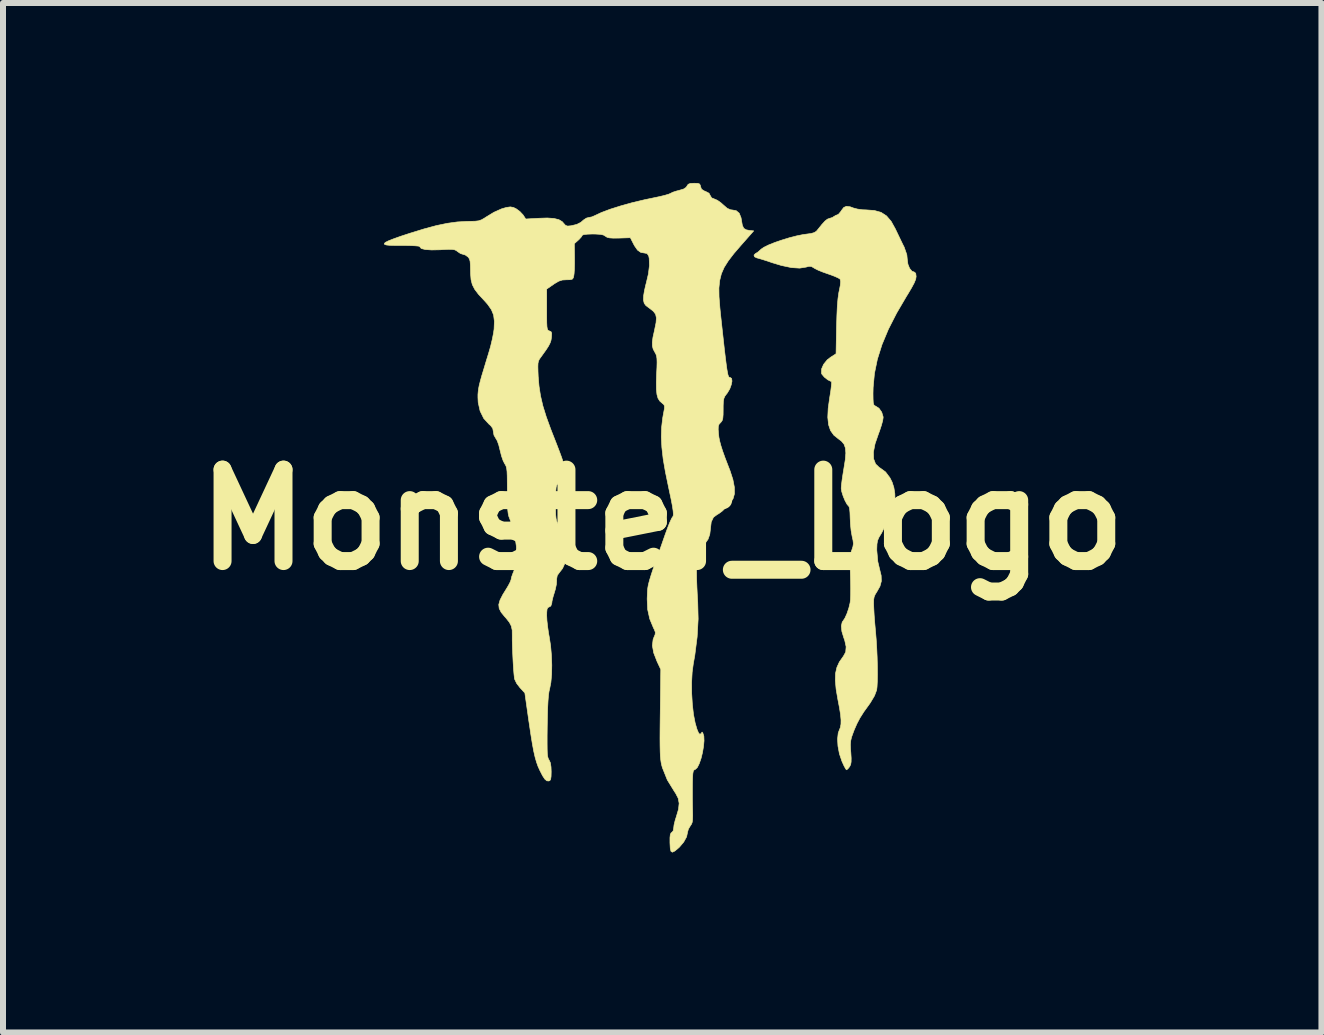
<source format=kicad_pcb>
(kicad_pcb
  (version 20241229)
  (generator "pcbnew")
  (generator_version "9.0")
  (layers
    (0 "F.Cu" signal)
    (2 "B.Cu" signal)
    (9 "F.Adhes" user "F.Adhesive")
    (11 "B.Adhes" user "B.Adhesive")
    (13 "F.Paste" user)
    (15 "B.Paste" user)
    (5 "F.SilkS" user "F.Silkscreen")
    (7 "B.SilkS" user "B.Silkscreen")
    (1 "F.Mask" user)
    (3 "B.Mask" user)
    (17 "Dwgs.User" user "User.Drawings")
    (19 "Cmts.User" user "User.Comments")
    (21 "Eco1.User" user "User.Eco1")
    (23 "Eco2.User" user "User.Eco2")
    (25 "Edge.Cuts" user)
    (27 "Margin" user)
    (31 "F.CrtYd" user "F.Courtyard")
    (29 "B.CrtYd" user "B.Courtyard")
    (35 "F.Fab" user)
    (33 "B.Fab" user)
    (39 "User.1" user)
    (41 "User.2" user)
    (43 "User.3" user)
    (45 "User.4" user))
  (footprint "Monster_Logo"
    (layer "F.Cu")
    (at 7.99 5.614)
    (property "Reference" "Monster_Logo" (at 0 0 0) (layer "F.SilkS") (effects (font (size 1.524 1.524) (thickness 0.3))))
    (attr through_hole)
    (fp_poly (pts (xy 3.132 -5.217) (xy 3.189 -5.196) (xy 3.253 -5.179) (xy 3.337 -5.167) (xy 3.397 -5.165) (xy 3.536 -5.155) (xy 3.648 -5.124) (xy 3.739 -5.065) (xy 3.816 -4.975) (xy 3.887 -4.847) (xy 3.895 -4.83) (xy 3.94 -4.736) (xy 3.985 -4.642) (xy 4.022 -4.566) (xy 4.033 -4.546) (xy 4.078 -4.417) (xy 4.085 -4.342) (xy 4.096 -4.26) (xy 4.124 -4.19) (xy 4.163 -4.143) (xy 4.203 -4.128) (xy 4.226 -4.108) (xy 4.233 -4.055) (xy 4.226 -4.01) (xy 4.201 -3.948) (xy 4.156 -3.864) (xy 4.089 -3.751) (xy 4.077 -3.733) (xy 3.907 -3.443) (xy 3.77 -3.174) (xy 3.664 -2.92) (xy 3.587 -2.676) (xy 3.538 -2.438) (xy 3.516 -2.202) (xy 3.514 -2.105) (xy 3.515 -2.012) (xy 3.518 -1.952) (xy 3.526 -1.918) (xy 3.541 -1.901) (xy 3.555 -1.895) (xy 3.614 -1.857) (xy 3.659 -1.793) (xy 3.682 -1.718) (xy 3.683 -1.701) (xy 3.675 -1.65) (xy 3.654 -1.573) (xy 3.624 -1.482) (xy 3.606 -1.434) (xy 3.548 -1.266) (xy 3.521 -1.127) (xy 3.524 -1.015) (xy 3.557 -0.929) (xy 3.62 -0.869) (xy 3.636 -0.86) (xy 3.724 -0.795) (xy 3.796 -0.699) (xy 3.833 -0.625) (xy 3.862 -0.535) (xy 3.878 -0.434) (xy 3.881 -0.33) (xy 3.872 -0.23) (xy 3.853 -0.144) (xy 3.824 -0.08) (xy 3.787 -0.046) (xy 3.769 -0.042) (xy 3.74 -0.035) (xy 3.727 -0.005) (xy 3.725 0.037) (xy 3.707 0.123) (xy 3.655 0.226) (xy 3.651 0.232) (xy 3.612 0.296) (xy 3.59 0.348) (xy 3.58 0.406) (xy 3.577 0.486) (xy 3.577 0.51) (xy 3.594 0.699) (xy 3.622 0.817) (xy 3.65 0.931) (xy 3.653 1.025) (xy 3.63 1.11) (xy 3.581 1.197) (xy 3.551 1.245) (xy 3.533 1.287) (xy 3.525 1.334) (xy 3.524 1.4) (xy 3.527 1.476) (xy 3.533 1.589) (xy 3.543 1.718) (xy 3.554 1.841) (xy 3.556 1.863) (xy 3.567 1.994) (xy 3.576 2.14) (xy 3.583 2.291) (xy 3.587 2.44) (xy 3.588 2.578) (xy 3.586 2.697) (xy 3.581 2.789) (xy 3.575 2.839) (xy 3.539 2.935) (xy 3.472 3.048) (xy 3.447 3.084) (xy 3.361 3.203) (xy 3.297 3.304) (xy 3.247 3.399) (xy 3.202 3.501) (xy 3.185 3.546) (xy 3.157 3.623) (xy 3.142 3.686) (xy 3.137 3.75) (xy 3.14 3.831) (xy 3.144 3.879) (xy 3.15 3.975) (xy 3.149 4.039) (xy 3.141 4.083) (xy 3.124 4.117) (xy 3.094 4.155) (xy 3.072 4.17) (xy 3.057 4.152) (xy 3.031 4.104) (xy 3 4.036) (xy 2.996 4.027) (xy 2.954 3.903) (xy 2.93 3.775) (xy 2.923 3.657) (xy 2.934 3.557) (xy 2.95 3.513) (xy 2.97 3.463) (xy 2.98 3.408) (xy 2.981 3.339) (xy 2.973 3.249) (xy 2.954 3.131) (xy 2.929 3.001) (xy 2.899 2.825) (xy 2.886 2.681) (xy 2.889 2.563) (xy 2.912 2.462) (xy 2.953 2.372) (xy 3.014 2.285) (xy 3.019 2.279) (xy 3.059 2.206) (xy 3.066 2.118) (xy 3.042 2.009) (xy 3.027 1.968) (xy 2.995 1.863) (xy 2.986 1.773) (xy 3.001 1.706) (xy 3.016 1.686) (xy 3.046 1.64) (xy 3.08 1.565) (xy 3.111 1.473) (xy 3.132 1.386) (xy 3.138 1.337) (xy 3.141 1.254) (xy 3.142 1.147) (xy 3.14 1.027) (xy 3.138 0.948) (xy 3.134 0.811) (xy 3.133 0.709) (xy 3.135 0.633) (xy 3.141 0.577) (xy 3.151 0.532) (xy 3.162 0.502) (xy 3.18 0.446) (xy 3.187 0.4) (xy 3.181 0.345) (xy 3.165 0.273) (xy 3.149 0.182) (xy 3.138 0.072) (xy 3.133 -0.033) (xy 3.133 -0.036) (xy 3.13 -0.118) (xy 3.124 -0.182) (xy 3.114 -0.219) (xy 3.111 -0.222) (xy 3.081 -0.257) (xy 3.047 -0.319) (xy 3.016 -0.394) (xy 2.993 -0.467) (xy 2.984 -0.523) (xy 2.988 -0.576) (xy 2.998 -0.658) (xy 3.013 -0.759) (xy 3.029 -0.857) (xy 3.052 -1.001) (xy 3.061 -1.111) (xy 3.054 -1.194) (xy 3.032 -1.257) (xy 2.991 -1.307) (xy 2.941 -1.345) (xy 2.862 -1.408) (xy 2.806 -1.486) (xy 2.773 -1.584) (xy 2.76 -1.707) (xy 2.767 -1.858) (xy 2.793 -2.042) (xy 2.809 -2.14) (xy 2.819 -2.222) (xy 2.824 -2.278) (xy 2.821 -2.302) (xy 2.821 -2.302) (xy 2.76 -2.332) (xy 2.703 -2.377) (xy 2.663 -2.424) (xy 2.655 -2.442) (xy 2.657 -2.514) (xy 2.691 -2.591) (xy 2.751 -2.665) (xy 2.808 -2.709) (xy 2.898 -2.767) (xy 2.906 -3.209) (xy 2.912 -3.403) (xy 2.919 -3.56) (xy 2.93 -3.686) (xy 2.944 -3.785) (xy 2.951 -3.817) (xy 2.969 -3.909) (xy 2.974 -3.969) (xy 2.968 -4.003) (xy 2.963 -4.012) (xy 2.933 -4.031) (xy 2.873 -4.058) (xy 2.795 -4.087) (xy 2.766 -4.097) (xy 2.678 -4.128) (xy 2.599 -4.16) (xy 2.543 -4.188) (xy 2.534 -4.194) (xy 2.488 -4.221) (xy 2.445 -4.224) (xy 2.398 -4.211) (xy 2.291 -4.194) (xy 2.154 -4.203) (xy 1.988 -4.238) (xy 1.841 -4.282) (xy 1.747 -4.314) (xy 1.665 -4.34) (xy 1.604 -4.358) (xy 1.579 -4.364) (xy 1.539 -4.383) (xy 1.53 -4.411) (xy 1.554 -4.437) (xy 1.558 -4.438) (xy 1.597 -4.463) (xy 1.643 -4.504) (xy 1.649 -4.51) (xy 1.696 -4.542) (xy 1.775 -4.581) (xy 1.878 -4.622) (xy 1.995 -4.662) (xy 2.118 -4.7) (xy 2.238 -4.731) (xy 2.346 -4.753) (xy 2.397 -4.76) (xy 2.48 -4.771) (xy 2.533 -4.786) (xy 2.569 -4.808) (xy 2.591 -4.834) (xy 2.661 -4.921) (xy 2.713 -4.978) (xy 2.753 -5.01) (xy 2.788 -5.023) (xy 2.789 -5.023) (xy 2.839 -5.039) (xy 2.862 -5.055) (xy 2.9 -5.077) (xy 2.915 -5.08) (xy 2.943 -5.097) (xy 2.978 -5.139) (xy 2.987 -5.154) (xy 3.026 -5.205) (xy 3.071 -5.225) (xy 3.132 -5.217)) (stroke (width 0.01) (type solid)) (fill yes) (layer "F.SilkS"))
    (fp_poly (pts (xy 0.594 -5.607) (xy 0.624 -5.596) (xy 0.636 -5.571) (xy 0.639 -5.554) (xy 0.655 -5.51) (xy 0.7 -5.481) (xy 0.72 -5.474) (xy 0.78 -5.443) (xy 0.8 -5.405) (xy 0.824 -5.365) (xy 0.869 -5.347) (xy 0.92 -5.325) (xy 0.98 -5.282) (xy 1.016 -5.25) (xy 1.084 -5.191) (xy 1.142 -5.166) (xy 1.159 -5.165) (xy 1.233 -5.152) (xy 1.284 -5.109) (xy 1.314 -5.034) (xy 1.322 -4.987) (xy 1.336 -4.906) (xy 1.36 -4.857) (xy 1.4 -4.833) (xy 1.456 -4.822) (xy 1.525 -4.815) (xy 1.311 -4.572) (xy 1.193 -4.435) (xy 1.102 -4.316) (xy 1.033 -4.207) (xy 0.986 -4.1) (xy 0.958 -3.988) (xy 0.945 -3.862) (xy 0.947 -3.715) (xy 0.961 -3.538) (xy 0.972 -3.426) (xy 0.998 -3.189) (xy 1.02 -2.989) (xy 1.038 -2.826) (xy 1.054 -2.693) (xy 1.067 -2.59) (xy 1.078 -2.511) (xy 1.088 -2.454) (xy 1.096 -2.415) (xy 1.105 -2.39) (xy 1.113 -2.377) (xy 1.123 -2.372) (xy 1.133 -2.371) (xy 1.157 -2.354) (xy 1.163 -2.31) (xy 1.151 -2.25) (xy 1.126 -2.181) (xy 1.087 -2.115) (xy 1.07 -2.093) (xy 1.044 -2.058) (xy 1.028 -2.021) (xy 1.019 -1.971) (xy 1.016 -1.897) (xy 1.016 -1.843) (xy 1.015 -1.751) (xy 1.01 -1.691) (xy 0.999 -1.652) (xy 0.98 -1.626) (xy 0.971 -1.617) (xy 0.947 -1.59) (xy 0.935 -1.557) (xy 0.933 -1.504) (xy 0.938 -1.438) (xy 0.945 -1.375) (xy 0.958 -1.31) (xy 0.978 -1.235) (xy 1.007 -1.144) (xy 1.048 -1.03) (xy 1.103 -0.887) (xy 1.131 -0.815) (xy 1.178 -0.67) (xy 1.203 -0.54) (xy 1.204 -0.431) (xy 1.181 -0.35) (xy 1.179 -0.347) (xy 1.133 -0.281) (xy 1.069 -0.21) (xy 1.002 -0.145) (xy 0.94 -0.099) (xy 0.917 -0.087) (xy 0.854 -0.04) (xy 0.817 0.038) (xy 0.804 0.15) (xy 0.804 0.152) (xy 0.793 0.243) (xy 0.764 0.326) (xy 0.722 0.385) (xy 0.7 0.401) (xy 0.663 0.444) (xy 0.656 0.485) (xy 0.643 0.545) (xy 0.614 0.598) (xy 0.594 0.629) (xy 0.582 0.668) (xy 0.575 0.724) (xy 0.572 0.808) (xy 0.572 0.871) (xy 0.573 0.982) (xy 0.578 1.117) (xy 0.585 1.258) (xy 0.592 1.376) (xy 0.599 1.655) (xy 0.582 1.955) (xy 0.543 2.262) (xy 0.518 2.402) (xy 0.499 2.543) (xy 0.49 2.711) (xy 0.491 2.893) (xy 0.502 3.075) (xy 0.521 3.245) (xy 0.549 3.388) (xy 0.55 3.392) (xy 0.579 3.492) (xy 0.605 3.554) (xy 0.626 3.577) (xy 0.627 3.577) (xy 0.654 3.562) (xy 0.656 3.551) (xy 0.664 3.54) (xy 0.677 3.556) (xy 0.694 3.609) (xy 0.697 3.687) (xy 0.688 3.782) (xy 0.671 3.883) (xy 0.647 3.981) (xy 0.617 4.067) (xy 0.585 4.131) (xy 0.551 4.163) (xy 0.548 4.164) (xy 0.529 4.174) (xy 0.517 4.195) (xy 0.51 4.236) (xy 0.506 4.305) (xy 0.504 4.389) (xy 0.503 4.512) (xy 0.503 4.653) (xy 0.505 4.787) (xy 0.506 4.826) (xy 0.508 4.928) (xy 0.506 4.997) (xy 0.5 5.044) (xy 0.487 5.077) (xy 0.468 5.105) (xy 0.437 5.157) (xy 0.423 5.206) (xy 0.423 5.207) (xy 0.406 5.287) (xy 0.358 5.374) (xy 0.286 5.459) (xy 0.273 5.471) (xy 0.211 5.523) (xy 0.17 5.543) (xy 0.146 5.529) (xy 0.134 5.478) (xy 0.129 5.388) (xy 0.129 5.386) (xy 0.129 5.3) (xy 0.135 5.248) (xy 0.148 5.221) (xy 0.158 5.215) (xy 0.183 5.186) (xy 0.191 5.141) (xy 0.197 5.089) (xy 0.215 5.015) (xy 0.236 4.948) (xy 0.272 4.826) (xy 0.282 4.728) (xy 0.266 4.643) (xy 0.223 4.56) (xy 0.207 4.537) (xy 0.085 4.339) (xy 0.002 4.132) (xy -0.009 4.091) (xy -0.018 4.049) (xy -0.025 4.001) (xy -0.031 3.942) (xy -0.034 3.865) (xy -0.036 3.768) (xy -0.037 3.644) (xy -0.036 3.489) (xy -0.034 3.298) (xy -0.033 3.229) (xy -0.024 2.496) (xy -0.086 2.364) (xy -0.142 2.22) (xy -0.164 2.099) (xy -0.152 1.997) (xy -0.139 1.963) (xy -0.118 1.913) (xy -0.115 1.876) (xy -0.132 1.83) (xy -0.145 1.806) (xy -0.208 1.654) (xy -0.243 1.496) (xy -0.251 1.321) (xy -0.249 1.271) (xy -0.247 1.222) (xy -0.245 1.179) (xy -0.241 1.14) (xy -0.234 1.099) (xy -0.223 1.052) (xy -0.207 0.994) (xy -0.185 0.922) (xy -0.155 0.83) (xy -0.115 0.715) (xy -0.065 0.573) (xy -0.003 0.397) (xy 0.05 0.245) (xy 0.087 0.144) (xy 0.121 0.057) (xy 0.15 -0.007) (xy 0.168 -0.041) (xy 0.171 -0.044) (xy 0.182 -0.059) (xy 0.186 -0.092) (xy 0.182 -0.146) (xy 0.17 -0.227) (xy 0.149 -0.337) (xy 0.118 -0.483) (xy 0.106 -0.54) (xy 0.054 -0.792) (xy 0.016 -1.011) (xy -0.006 -1.205) (xy -0.015 -1.379) (xy -0.01 -1.54) (xy 0.008 -1.696) (xy 0.024 -1.784) (xy 0.037 -1.854) (xy 0.038 -1.894) (xy 0.027 -1.919) (xy 0.001 -1.941) (xy 0.001 -1.941) (xy -0.04 -1.977) (xy -0.07 -2.024) (xy -0.088 -2.088) (xy -0.097 -2.175) (xy -0.098 -2.292) (xy -0.094 -2.421) (xy -0.088 -2.54) (xy -0.086 -2.625) (xy -0.088 -2.685) (xy -0.094 -2.727) (xy -0.105 -2.76) (xy -0.122 -2.791) (xy -0.124 -2.794) (xy -0.151 -2.845) (xy -0.164 -2.897) (xy -0.165 -2.96) (xy -0.154 -3.043) (xy -0.129 -3.155) (xy -0.126 -3.171) (xy -0.103 -3.283) (xy -0.097 -3.364) (xy -0.11 -3.424) (xy -0.146 -3.473) (xy -0.206 -3.521) (xy -0.216 -3.528) (xy -0.272 -3.57) (xy -0.3 -3.608) (xy -0.312 -3.658) (xy -0.313 -3.674) (xy -0.31 -3.735) (xy -0.296 -3.82) (xy -0.274 -3.916) (xy -0.266 -3.946) (xy -0.23 -4.099) (xy -0.213 -4.239) (xy -0.217 -4.356) (xy -0.225 -4.397) (xy -0.252 -4.437) (xy -0.29 -4.445) (xy -0.357 -4.456) (xy -0.412 -4.495) (xy -0.462 -4.567) (xy -0.477 -4.595) (xy -0.531 -4.701) (xy -0.719 -4.695) (xy -0.815 -4.694) (xy -0.878 -4.698) (xy -0.919 -4.708) (xy -0.947 -4.726) (xy -0.947 -4.726) (xy -0.98 -4.746) (xy -1.03 -4.757) (xy -1.108 -4.762) (xy -1.161 -4.763) (xy -1.247 -4.76) (xy -1.307 -4.753) (xy -1.333 -4.743) (xy -1.333 -4.741) (xy -1.348 -4.715) (xy -1.384 -4.675) (xy -1.399 -4.661) (xy -1.465 -4.602) (xy -1.462 -4.375) (xy -1.462 -4.272) (xy -1.464 -4.178) (xy -1.469 -4.105) (xy -1.473 -4.074) (xy -1.483 -4.031) (xy -1.501 -4.009) (xy -1.538 -4.001) (xy -1.594 -4) (xy -1.664 -3.996) (xy -1.724 -3.977) (xy -1.791 -3.938) (xy -1.813 -3.923) (xy -1.926 -3.845) (xy -1.926 -3.502) (xy -1.926 -3.374) (xy -1.925 -3.283) (xy -1.922 -3.221) (xy -1.916 -3.183) (xy -1.907 -3.161) (xy -1.894 -3.151) (xy -1.881 -3.147) (xy -1.854 -3.135) (xy -1.843 -3.109) (xy -1.845 -3.057) (xy -1.847 -3.038) (xy -1.854 -2.991) (xy -1.869 -2.947) (xy -1.894 -2.897) (xy -1.935 -2.833) (xy -1.996 -2.748) (xy -2.024 -2.709) (xy -2.048 -2.676) (xy -2.063 -2.644) (xy -2.071 -2.606) (xy -2.073 -2.55) (xy -2.071 -2.469) (xy -2.068 -2.392) (xy -2.054 -2.227) (xy -2.029 -2.065) (xy -1.99 -1.898) (xy -1.934 -1.717) (xy -1.859 -1.511) (xy -1.831 -1.439) (xy -1.765 -1.271) (xy -1.714 -1.138) (xy -1.676 -1.035) (xy -1.651 -0.958) (xy -1.636 -0.903) (xy -1.63 -0.864) (xy -1.63 -0.857) (xy -1.64 -0.802) (xy -1.666 -0.731) (xy -1.699 -0.66) (xy -1.733 -0.606) (xy -1.746 -0.593) (xy -1.759 -0.574) (xy -1.769 -0.537) (xy -1.774 -0.478) (xy -1.777 -0.388) (xy -1.778 -0.28) (xy -1.778 -0.164) (xy -1.776 -0.082) (xy -1.77 -0.023) (xy -1.761 0.02) (xy -1.745 0.057) (xy -1.721 0.098) (xy -1.716 0.106) (xy -1.641 0.258) (xy -1.597 0.411) (xy -1.587 0.558) (xy -1.608 0.695) (xy -1.662 0.814) (xy -1.709 0.874) (xy -1.75 0.93) (xy -1.761 0.993) (xy -1.76 1.011) (xy -1.764 1.075) (xy -1.781 1.157) (xy -1.798 1.215) (xy -1.821 1.29) (xy -1.837 1.357) (xy -1.841 1.392) (xy -1.857 1.439) (xy -1.884 1.454) (xy -1.907 1.466) (xy -1.92 1.492) (xy -1.925 1.543) (xy -1.926 1.6) (xy -1.922 1.681) (xy -1.91 1.786) (xy -1.894 1.898) (xy -1.884 1.952) (xy -1.861 2.1) (xy -1.847 2.261) (xy -1.841 2.425) (xy -1.844 2.579) (xy -1.856 2.713) (xy -1.876 2.815) (xy -1.888 2.867) (xy -1.897 2.935) (xy -1.904 3.024) (xy -1.91 3.14) (xy -1.914 3.288) (xy -1.917 3.444) (xy -1.919 3.606) (xy -1.919 3.732) (xy -1.918 3.826) (xy -1.916 3.894) (xy -1.911 3.941) (xy -1.903 3.973) (xy -1.894 3.995) (xy -1.887 4.005) (xy -1.865 4.052) (xy -1.854 4.122) (xy -1.851 4.201) (xy -1.853 4.28) (xy -1.86 4.327) (xy -1.873 4.349) (xy -1.891 4.356) (xy -1.924 4.353) (xy -1.957 4.325) (xy -1.995 4.268) (xy -2.04 4.18) (xy -2.07 4.114) (xy -2.096 4.041) (xy -2.12 3.957) (xy -2.143 3.856) (xy -2.166 3.731) (xy -2.191 3.576) (xy -2.219 3.386) (xy -2.224 3.354) (xy -2.29 2.889) (xy -2.371 2.801) (xy -2.426 2.73) (xy -2.459 2.662) (xy -2.464 2.642) (xy -2.471 2.577) (xy -2.479 2.481) (xy -2.486 2.366) (xy -2.492 2.242) (xy -2.497 2.121) (xy -2.5 2.014) (xy -2.5 1.932) (xy -2.5 1.931) (xy -2.501 1.842) (xy -2.516 1.773) (xy -2.548 1.711) (xy -2.605 1.639) (xy -2.627 1.615) (xy -2.685 1.544) (xy -2.718 1.48) (xy -2.725 1.415) (xy -2.704 1.34) (xy -2.657 1.248) (xy -2.606 1.166) (xy -2.564 1.096) (xy -2.533 1.036) (xy -2.519 0.997) (xy -2.519 0.994) (xy -2.511 0.955) (xy -2.489 0.894) (xy -2.473 0.855) (xy -2.44 0.741) (xy -2.427 0.6) (xy -2.432 0.442) (xy -2.455 0.276) (xy -2.496 0.112) (xy -2.543 -0.018) (xy -2.558 -0.057) (xy -2.568 -0.103) (xy -2.575 -0.162) (xy -2.58 -0.241) (xy -2.582 -0.349) (xy -2.582 -0.491) (xy -2.583 -0.628) (xy -2.584 -0.73) (xy -2.587 -0.803) (xy -2.593 -0.853) (xy -2.602 -0.889) (xy -2.615 -0.916) (xy -2.626 -0.933) (xy -2.652 -0.984) (xy -2.679 -1.061) (xy -2.701 -1.148) (xy -2.703 -1.156) (xy -2.725 -1.245) (xy -2.751 -1.317) (xy -2.775 -1.357) (xy -2.805 -1.409) (xy -2.815 -1.466) (xy -2.825 -1.522) (xy -2.861 -1.57) (xy -2.887 -1.592) (xy -2.975 -1.688) (xy -3.036 -1.812) (xy -3.068 -1.955) (xy -3.072 -2.036) (xy -3.072 -2.087) (xy -3.068 -2.133) (xy -3.062 -2.182) (xy -3.051 -2.239) (xy -3.033 -2.31) (xy -3.008 -2.401) (xy -2.973 -2.516) (xy -2.929 -2.662) (xy -2.894 -2.776) (xy -2.861 -2.89) (xy -2.833 -3.008) (xy -2.812 -3.114) (xy -2.803 -3.178) (xy -2.798 -3.308) (xy -2.811 -3.412) (xy -2.848 -3.502) (xy -2.912 -3.593) (xy -2.973 -3.661) (xy -3.064 -3.759) (xy -3.126 -3.841) (xy -3.166 -3.919) (xy -3.187 -4.001) (xy -3.195 -4.1) (xy -3.196 -4.154) (xy -3.198 -4.247) (xy -3.203 -4.309) (xy -3.215 -4.349) (xy -3.234 -4.377) (xy -3.239 -4.381) (xy -3.283 -4.413) (xy -3.32 -4.424) (xy -3.363 -4.437) (xy -3.41 -4.469) (xy -3.435 -4.488) (xy -3.463 -4.5) (xy -3.503 -4.506) (xy -3.564 -4.507) (xy -3.656 -4.503) (xy -3.698 -4.5) (xy -3.844 -4.497) (xy -3.95 -4.504) (xy -4.017 -4.521) (xy -4.042 -4.55) (xy -4.043 -4.554) (xy -4.063 -4.561) (xy -4.117 -4.566) (xy -4.199 -4.57) (xy -4.301 -4.572) (xy -4.341 -4.572) (xy -4.459 -4.572) (xy -4.541 -4.574) (xy -4.593 -4.579) (xy -4.622 -4.586) (xy -4.632 -4.596) (xy -4.632 -4.606) (xy -4.614 -4.624) (xy -4.564 -4.649) (xy -4.48 -4.682) (xy -4.36 -4.725) (xy -4.204 -4.776) (xy -3.97 -4.848) (xy -3.766 -4.903) (xy -3.584 -4.941) (xy -3.417 -4.964) (xy -3.258 -4.973) (xy -3.21 -4.974) (xy -3.121 -4.976) (xy -3.06 -4.983) (xy -3.012 -5) (xy -2.96 -5.03) (xy -2.949 -5.038) (xy -2.806 -5.125) (xy -2.679 -5.182) (xy -2.601 -5.205) (xy -2.533 -5.215) (xy -2.481 -5.206) (xy -2.434 -5.183) (xy -2.373 -5.138) (xy -2.322 -5.084) (xy -2.317 -5.077) (xy -2.275 -5.013) (xy -2.064 -5.025) (xy -1.917 -5.03) (xy -1.805 -5.022) (xy -1.723 -5.002) (xy -1.666 -4.968) (xy -1.644 -4.942) (xy -1.612 -4.907) (xy -1.578 -4.895) (xy -1.522 -4.9) (xy -1.516 -4.901) (xy -1.424 -4.923) (xy -1.357 -4.957) (xy -1.311 -4.997) (xy -1.264 -5.028) (xy -1.226 -5.038) (xy -1.174 -5.048) (xy -1.125 -5.069) (xy -1.014 -5.121) (xy -0.868 -5.176) (xy -0.694 -5.231) (xy -0.501 -5.285) (xy -0.295 -5.334) (xy -0.142 -5.366) (xy -0.042 -5.387) (xy 0.044 -5.408) (xy 0.108 -5.427) (xy 0.138 -5.44) (xy 0.175 -5.459) (xy 0.237 -5.479) (xy 0.28 -5.49) (xy 0.357 -5.513) (xy 0.4 -5.542) (xy 0.412 -5.562) (xy 0.433 -5.592) (xy 0.469 -5.606) (xy 0.533 -5.609) (xy 0.594 -5.607)) (stroke (width 0.01) (type solid)) (fill yes) (layer "F.SilkS")))
  (gr_rect
    (start -3 -3)
    (end 18.98 14.162)
    (stroke (width 0.1) (type default))
    (fill no)
    (layer "Edge.Cuts")))
</source>
